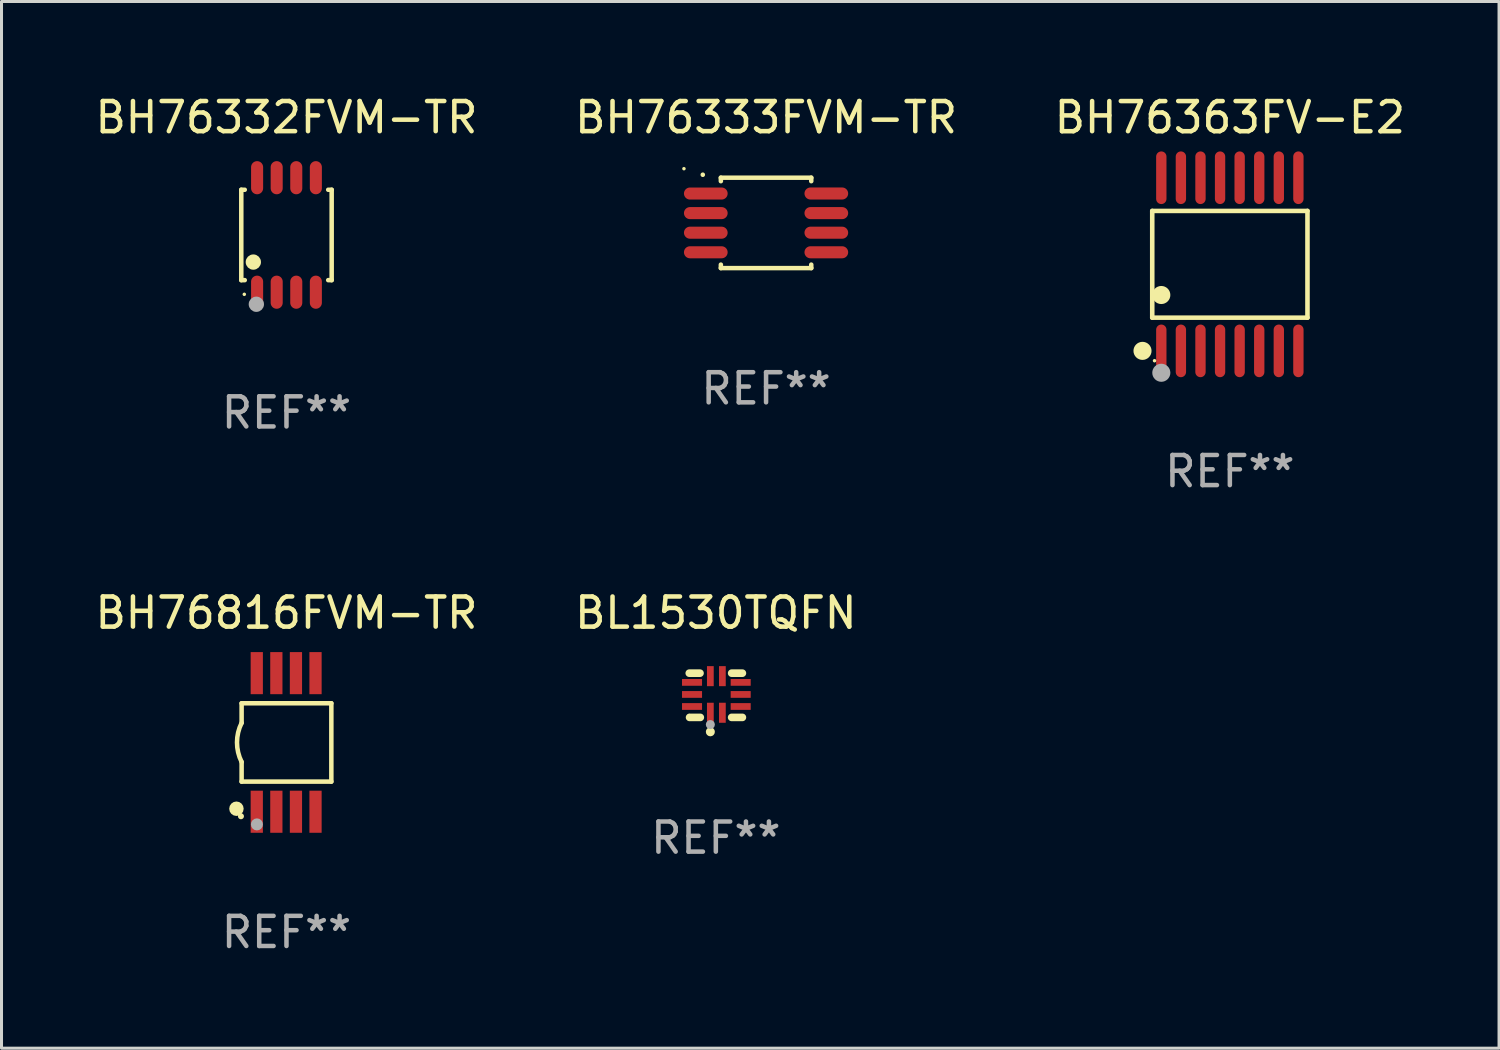
<source format=kicad_pcb>
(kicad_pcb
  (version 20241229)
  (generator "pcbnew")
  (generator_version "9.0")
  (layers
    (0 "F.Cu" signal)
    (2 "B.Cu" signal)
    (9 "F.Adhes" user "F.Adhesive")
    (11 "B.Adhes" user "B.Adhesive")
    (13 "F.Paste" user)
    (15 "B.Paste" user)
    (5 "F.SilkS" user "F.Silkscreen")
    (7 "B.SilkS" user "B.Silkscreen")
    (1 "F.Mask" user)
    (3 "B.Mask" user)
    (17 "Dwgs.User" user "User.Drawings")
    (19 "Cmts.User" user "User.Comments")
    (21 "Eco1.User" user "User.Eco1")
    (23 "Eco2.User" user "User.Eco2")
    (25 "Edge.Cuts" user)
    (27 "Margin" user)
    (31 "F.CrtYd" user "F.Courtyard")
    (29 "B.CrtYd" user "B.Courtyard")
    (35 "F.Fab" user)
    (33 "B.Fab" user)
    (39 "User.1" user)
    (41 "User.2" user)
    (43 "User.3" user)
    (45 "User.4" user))
  (footprint "BH76332FVM-TR"
    (layer "F.Cu")
    (at 6.458 4.748)
    (property "Reference" "BH76332FVM-TR" (at 0 -3.9 0) (layer "F.SilkS") (effects (font (size 1 1) (thickness 0.15))))
    (attr through_hole)
    (fp_line (start -1.5 -1.5) (end -1.385 -1.5) (stroke (width 0.15) (type solid)) (layer "F.SilkS"))
    (fp_line (start -1.5 1.5) (end -1.5 -1.5) (stroke (width 0.15) (type solid)) (layer "F.SilkS"))
    (fp_line (start -1.385 1.5) (end -1.5 1.5) (stroke (width 0.15) (type solid)) (layer "F.SilkS"))
    (fp_line (start 1.385 -1.5) (end 1.5 -1.5) (stroke (width 0.15) (type solid)) (layer "F.SilkS"))
    (fp_line (start 1.5 -1.5) (end 1.5 1.5) (stroke (width 0.15) (type solid)) (layer "F.SilkS"))
    (fp_line (start 1.5 1.5) (end 1.385 1.5) (stroke (width 0.15) (type solid)) (layer "F.SilkS"))
    (fp_circle (center -1.4 1.97) (end -1.37 1.97) (stroke (width 0.06) (type solid)) (fill no) (layer "F.SilkS"))
    (fp_circle (center -1.1 0.9) (end -0.973 0.9) (stroke (width 0.254) (type solid)) (fill no) (layer "F.SilkS"))
    (fp_circle (center -1 2.3) (end -0.873 2.3) (stroke (width 0.254) (type solid)) (fill no) (layer "F.Fab"))
    (fp_text user "REF**" (at 0 5.9 0) (layer "F.Fab") (effects (font (size 1 1) (thickness 0.15))))
    (pad "1" smd oval (at -0.975 1.9 270) (size 1.1 0.4) (layers "F.Cu" "F.Mask" "F.Paste"))
    (pad "2" smd oval (at -0.325 1.9 270) (size 1.1 0.4) (layers "F.Cu" "F.Mask" "F.Paste"))
    (pad "3" smd oval (at 0.325 1.9 270) (size 1.1 0.4) (layers "F.Cu" "F.Mask" "F.Paste"))
    (pad "4" smd oval (at 0.975 1.9 270) (size 1.1 0.4) (layers "F.Cu" "F.Mask" "F.Paste"))
    (pad "5" smd oval (at 0.975 -1.9 270) (size 1.1 0.4) (layers "F.Cu" "F.Mask" "F.Paste"))
    (pad "6" smd oval (at 0.325 -1.9 270) (size 1.1 0.4) (layers "F.Cu" "F.Mask" "F.Paste"))
    (pad "7" smd oval (at -0.325 -1.9 270) (size 1.1 0.4) (layers "F.Cu" "F.Mask" "F.Paste"))
    (pad "8" smd oval (at -0.975 -1.9 270) (size 1.1 0.4) (layers "F.Cu" "F.Mask" "F.Paste")))
  (footprint "BH76333FVM-TR"
    (layer "F.Cu")
    (at 22.375 4.348)
    (property "Reference" "BH76333FVM-TR" (at 0 -3.5 0) (layer "F.SilkS") (effects (font (size 1 1) (thickness 0.15))))
    (attr through_hole)
    (fp_line (start -1.5 -1.5) (end 1.5 -1.5) (stroke (width 0.15) (type solid)) (layer "F.SilkS"))
    (fp_line (start -1.5 -1.385) (end -1.5 -1.5) (stroke (width 0.15) (type solid)) (layer "F.SilkS"))
    (fp_line (start -1.5 1.5) (end -1.5 1.385) (stroke (width 0.15) (type solid)) (layer "F.SilkS"))
    (fp_line (start 1.5 -1.5) (end 1.5 -1.385) (stroke (width 0.15) (type solid)) (layer "F.SilkS"))
    (fp_line (start 1.5 1.385) (end 1.5 1.5) (stroke (width 0.15) (type solid)) (layer "F.SilkS"))
    (fp_line (start 1.5 1.5) (end -1.5 1.5) (stroke (width 0.15) (type solid)) (layer "F.SilkS"))
    (fp_arc (start -2.099873 -1.59746) (mid -2.099879 -1.59873) (end -2.099873 -1.6) (stroke (width 0.150013) (type solid)) (layer "F.SilkS"))
    (fp_circle (center -2.725 -1.799) (end -2.695 -1.799) (stroke (width 0.06) (type solid)) (fill no) (layer "F.SilkS"))
    (fp_text user "REF**" (at 0 5.5 0) (layer "F.Fab") (effects (font (size 1 1) (thickness 0.15))))
    (pad "1" smd oval (at -2 -0.975 180) (size 1.45 0.4) (layers "F.Cu" "F.Mask" "F.Paste"))
    (pad "2" smd oval (at -2 -0.325 180) (size 1.45 0.4) (layers "F.Cu" "F.Mask" "F.Paste"))
    (pad "3" smd oval (at -2 0.325 180) (size 1.45 0.4) (layers "F.Cu" "F.Mask" "F.Paste"))
    (pad "4" smd oval (at -2 0.975 180) (size 1.45 0.4) (layers "F.Cu" "F.Mask" "F.Paste"))
    (pad "5" smd oval (at 2 0.975 180) (size 1.45 0.4) (layers "F.Cu" "F.Mask" "F.Paste"))
    (pad "6" smd oval (at 2 0.325 180) (size 1.45 0.4) (layers "F.Cu" "F.Mask" "F.Paste"))
    (pad "7" smd oval (at 2 -0.325 180) (size 1.45 0.4) (layers "F.Cu" "F.Mask" "F.Paste"))
    (pad "8" smd oval (at 2 -0.976 180) (size 1.45 0.4) (layers "F.Cu" "F.Mask" "F.Paste")))
  (footprint "BH76816FVM-TR"
    (layer "F.Cu")
    (at 6.458 21.591)
    (property "Reference" "BH76816FVM-TR" (at 0 -4.3 0) (layer "F.SilkS") (effects (font (size 1 1) (thickness 0.15))))
    (attr through_hole)
    (fp_line (start -1.489 -1.3) (end -1.489 -0.648) (stroke (width 0.15) (type solid)) (layer "F.SilkS"))
    (fp_line (start -1.489 0.648) (end -1.489 1.3) (stroke (width 0.15) (type solid)) (layer "F.SilkS"))
    (fp_line (start -1.489 1.3) (end 1.489 1.3) (stroke (width 0.15) (type solid)) (layer "F.SilkS"))
    (fp_line (start 1.489 -1.3) (end -1.489 -1.3) (stroke (width 0.15) (type solid)) (layer "F.SilkS"))
    (fp_line (start 1.489 1.3) (end 1.489 -1.3) (stroke (width 0.15) (type solid)) (layer "F.SilkS"))
    (fp_arc (start -1.489205 0.647702) (mid -1.642107 0) (end -1.489205 -0.647701) (stroke (width 0.150013) (type solid)) (layer "F.SilkS"))
    (fp_circle (center -1.661 2.2) (end -1.541 2.2) (stroke (width 0.24) (type solid)) (fill no) (layer "F.SilkS"))
    (fp_circle (center -1.511 2.45) (end -1.461 2.45) (stroke (width 0.1) (type solid)) (fill no) (layer "F.SilkS"))
    (fp_circle (center -0.981 2.72) (end -0.881 2.72) (stroke (width 0.2) (type solid)) (fill no) (layer "F.Fab"))
    (fp_text user "REF**" (at 0 6.3 0) (layer "F.Fab") (effects (font (size 1 1) (thickness 0.15))))
    (pad "1" smd rect (at -0.986 2.3) (size 0.406 1.397) (layers "F.Cu" "F.Mask" "F.Paste"))
    (pad "2" smd rect (at -0.336 2.3) (size 0.406 1.397) (layers "F.Cu" "F.Mask" "F.Paste"))
    (pad "3" smd rect (at 0.314 2.3) (size 0.406 1.397) (layers "F.Cu" "F.Mask" "F.Paste"))
    (pad "4" smd rect (at 0.964 2.3) (size 0.406 1.397) (layers "F.Cu" "F.Mask" "F.Paste"))
    (pad "5" smd rect (at 0.964 -2.3) (size 0.406 1.397) (layers "F.Cu" "F.Mask" "F.Paste"))
    (pad "6" smd rect (at 0.314 -2.3) (size 0.406 1.397) (layers "F.Cu" "F.Mask" "F.Paste"))
    (pad "7" smd rect (at -0.336 -2.3) (size 0.406 1.397) (layers "F.Cu" "F.Mask" "F.Paste"))
    (pad "8" smd rect (at -0.986 -2.3) (size 0.406 1.397) (layers "F.Cu" "F.Mask" "F.Paste")))
  (footprint "BL1530TQFN"
    (layer "F.Cu")
    (at 20.708 20.026)
    (property "Reference" "BL1530TQFN" (at 0 -2.734 0) (layer "F.SilkS") (effects (font (size 1 1) (thickness 0.15))))
    (attr through_hole)
    (fp_line (start -0.881 -0.734) (end -0.526 -0.734) (stroke (width 0.254) (type solid)) (layer "F.SilkS"))
    (fp_line (start -0.871 0.734) (end -0.516 0.734) (stroke (width 0.254) (type solid)) (layer "F.SilkS"))
    (fp_line (start 0.526 -0.734) (end 0.881 -0.734) (stroke (width 0.254) (type solid)) (layer "F.SilkS"))
    (fp_line (start 0.526 0.734) (end 0.881 0.734) (stroke (width 0.254) (type solid)) (layer "F.SilkS"))
    (fp_circle (center -0.882 0.672) (end -0.852 0.672) (stroke (width 0.06) (type solid)) (fill no) (layer "F.SilkS"))
    (fp_circle (center -0.182 1.212) (end -0.107 1.212) (stroke (width 0.15) (type solid)) (fill no) (layer "F.SilkS"))
    (fp_circle (center -0.182 0.972) (end -0.107 0.972) (stroke (width 0.15) (type solid)) (fill no) (layer "F.Fab"))
    (fp_text user "REF**" (at 0 4.734 0) (layer "F.Fab") (effects (font (size 1 1) (thickness 0.15))))
    (pad "1" smd rect (at -0.182 0.58) (size 0.224 0.665) (layers "F.Cu" "F.Mask" "F.Paste"))
    (pad "2" smd rect (at 0.217 0.58) (size 0.224 0.665) (layers "F.Cu" "F.Mask" "F.Paste"))
    (pad "3" smd rect (at 0.825 0.372) (size 0.665 0.224) (layers "F.Cu" "F.Mask" "F.Paste"))
    (pad "4" smd rect (at 0.825 -0.028) (size 0.665 0.224) (layers "F.Cu" "F.Mask" "F.Paste"))
    (pad "5" smd rect (at 0.825 -0.428) (size 0.665 0.224) (layers "F.Cu" "F.Mask" "F.Paste"))
    (pad "6" smd rect (at 0.217 -0.635) (size 0.224 0.665) (layers "F.Cu" "F.Mask" "F.Paste"))
    (pad "7" smd rect (at -0.182 -0.635) (size 0.224 0.665) (layers "F.Cu" "F.Mask" "F.Paste"))
    (pad "8" smd rect (at -0.79 -0.428) (size 0.665 0.224) (layers "F.Cu" "F.Mask" "F.Paste"))
    (pad "9" smd rect (at -0.79 -0.028) (size 0.665 0.224) (layers "F.Cu" "F.Mask" "F.Paste"))
    (pad "10" smd rect (at -0.79 0.372) (size 0.665 0.224) (layers "F.Cu" "F.Mask" "F.Paste")))
  (footprint "BH76363FV-E2"
    (layer "F.Cu")
    (at 37.768 5.722)
    (property "Reference" "BH76363FV-E2" (at 0 -4.873 0) (layer "F.SilkS") (effects (font (size 1 1) (thickness 0.15))))
    (attr through_hole)
    (fp_line (start -2.576 -1.771) (end 2.576 -1.771) (stroke (width 0.152) (type solid)) (layer "F.SilkS"))
    (fp_line (start -2.576 1.771) (end -2.576 -1.771) (stroke (width 0.152) (type solid)) (layer "F.SilkS"))
    (fp_line (start 2.576 -1.771) (end 2.576 1.771) (stroke (width 0.152) (type solid)) (layer "F.SilkS"))
    (fp_line (start 2.576 1.771) (end -2.576 1.771) (stroke (width 0.152) (type solid)) (layer "F.SilkS"))
    (fp_circle (center -2.899 2.873) (end -2.749 2.873) (stroke (width 0.3) (type solid)) (fill no) (layer "F.SilkS"))
    (fp_circle (center -2.5 3.2) (end -2.47 3.2) (stroke (width 0.06) (type solid)) (fill no) (layer "F.SilkS"))
    (fp_circle (center -2.275 1.019) (end -2.125 1.019) (stroke (width 0.3) (type solid)) (fill no) (layer "F.SilkS"))
    (fp_circle (center -2.275 3.6) (end -2.125 3.6) (stroke (width 0.3) (type solid)) (fill no) (layer "F.Fab"))
    (fp_text user "REF**" (at 0 6.873 0) (layer "F.Fab") (effects (font (size 1 1) (thickness 0.15))))
    (pad "1" smd oval (at -2.275 2.873) (size 0.343 1.747) (layers "F.Cu" "F.Mask" "F.Paste"))
    (pad "2" smd oval (at -1.625 2.873) (size 0.343 1.747) (layers "F.Cu" "F.Mask" "F.Paste"))
    (pad "3" smd oval (at -0.975 2.873) (size 0.343 1.747) (layers "F.Cu" "F.Mask" "F.Paste"))
    (pad "4" smd oval (at -0.325 2.873) (size 0.343 1.747) (layers "F.Cu" "F.Mask" "F.Paste"))
    (pad "5" smd oval (at 0.325 2.873) (size 0.343 1.747) (layers "F.Cu" "F.Mask" "F.Paste"))
    (pad "6" smd oval (at 0.975 2.873) (size 0.343 1.747) (layers "F.Cu" "F.Mask" "F.Paste"))
    (pad "7" smd oval (at 1.625 2.873) (size 0.343 1.747) (layers "F.Cu" "F.Mask" "F.Paste"))
    (pad "8" smd oval (at 2.275 2.873) (size 0.343 1.747) (layers "F.Cu" "F.Mask" "F.Paste"))
    (pad "9" smd oval (at 2.275 -2.873) (size 0.343 1.747) (layers "F.Cu" "F.Mask" "F.Paste"))
    (pad "10" smd oval (at 1.625 -2.873) (size 0.343 1.747) (layers "F.Cu" "F.Mask" "F.Paste"))
    (pad "11" smd oval (at 0.975 -2.873) (size 0.343 1.747) (layers "F.Cu" "F.Mask" "F.Paste"))
    (pad "12" smd oval (at 0.325 -2.873) (size 0.343 1.747) (layers "F.Cu" "F.Mask" "F.Paste"))
    (pad "13" smd oval (at -0.325 -2.873) (size 0.343 1.747) (layers "F.Cu" "F.Mask" "F.Paste"))
    (pad "14" smd oval (at -0.975 -2.873) (size 0.343 1.747) (layers "F.Cu" "F.Mask" "F.Paste"))
    (pad "15" smd oval (at -1.625 -2.873) (size 0.343 1.747) (layers "F.Cu" "F.Mask" "F.Paste"))
    (pad "16" smd oval (at -2.275 -2.873) (size 0.343 1.747) (layers "F.Cu" "F.Mask" "F.Paste")))
  (gr_rect
    (start -3 -3)
    (end 46.702 31.739)
    (stroke (width 0.1) (type default))
    (fill no)
    (layer "Edge.Cuts")))
</source>
